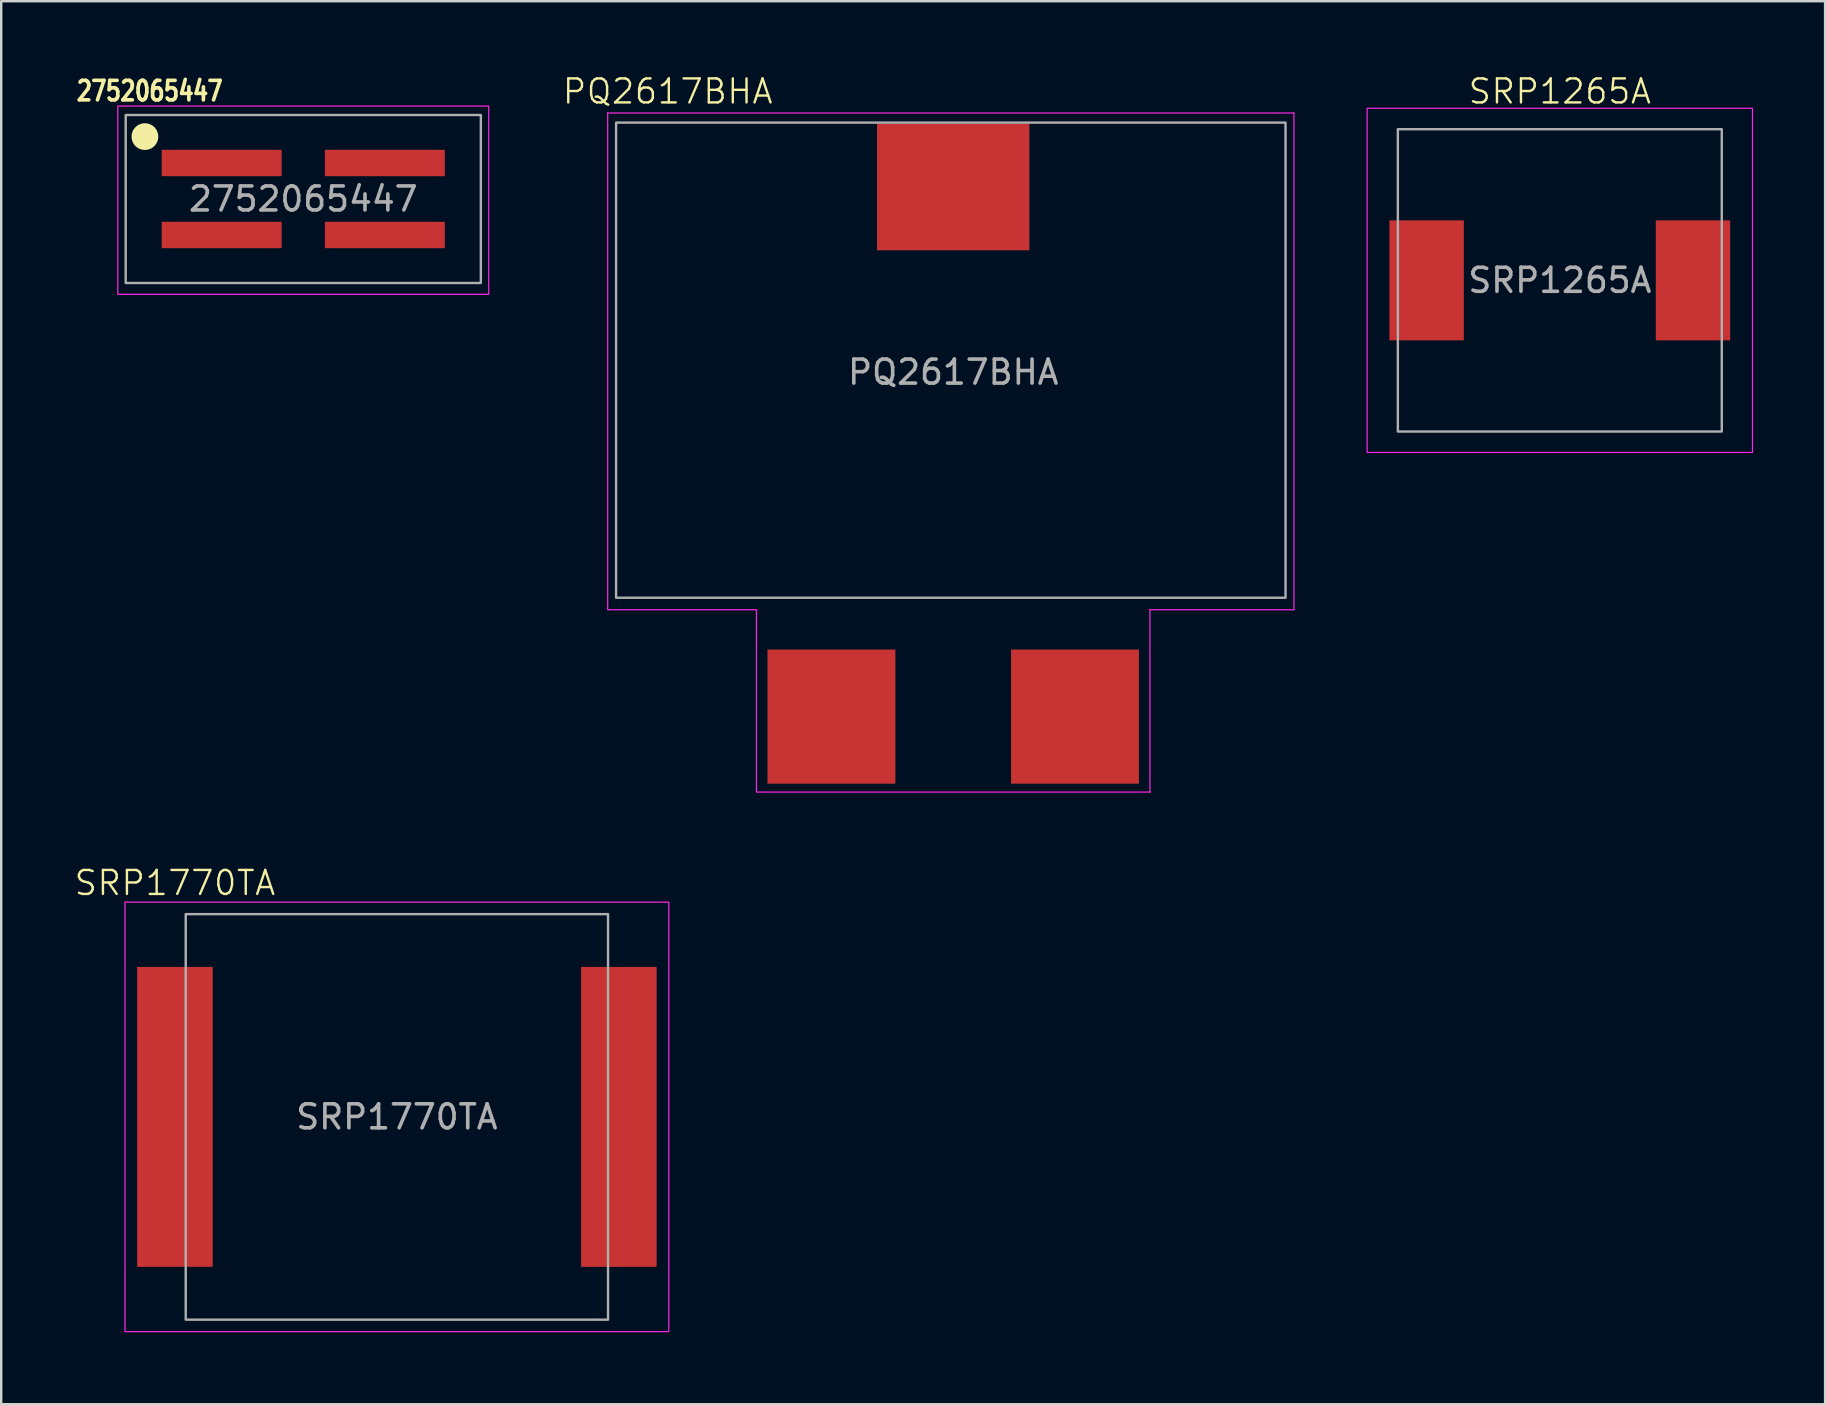
<source format=kicad_pcb>
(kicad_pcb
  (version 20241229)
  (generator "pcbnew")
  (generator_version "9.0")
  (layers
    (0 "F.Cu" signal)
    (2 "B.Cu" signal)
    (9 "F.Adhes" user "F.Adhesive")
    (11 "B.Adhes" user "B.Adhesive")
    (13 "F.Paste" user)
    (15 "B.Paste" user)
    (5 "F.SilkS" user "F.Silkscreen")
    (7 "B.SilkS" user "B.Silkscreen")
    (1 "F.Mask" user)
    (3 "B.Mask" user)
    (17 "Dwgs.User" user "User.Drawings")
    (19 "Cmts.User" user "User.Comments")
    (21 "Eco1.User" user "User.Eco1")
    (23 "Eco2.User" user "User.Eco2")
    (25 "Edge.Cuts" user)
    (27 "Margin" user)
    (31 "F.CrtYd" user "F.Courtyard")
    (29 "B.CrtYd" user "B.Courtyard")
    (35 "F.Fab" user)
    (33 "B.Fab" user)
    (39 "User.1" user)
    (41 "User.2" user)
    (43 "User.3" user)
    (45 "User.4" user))
  (footprint "SRP1770TA"
    (layer "F.Cu")
    (at 13.49 43.496)
    (property "Reference" "SRP1770TA" (at -9.25 -9.75 0) (unlocked yes) (layer "F.SilkS") (effects (font (size 1 1) (thickness 0.1))))
    (attr smd)
    (fp_rect (start -11.332 -8.95) (end 11.332 8.95) (stroke (width 0.05) (type default)) (fill no) (layer "F.CrtYd"))
    (fp_rect (start -8.8 8.45) (end 8.8 -8.45) (stroke (width 0.1) (type default)) (fill no) (layer "F.Fab"))
    (fp_text user "${REFERENCE}" (at 0 0 0) (unlocked yes) (layer "F.Fab") (effects (font (size 1 1) (thickness 0.15))))
    (pad "1" smd rect (at -9.25 0) (size 3.15 12.5) (layers "F.Cu" "F.Mask" "F.Paste"))
    (pad "2" smd rect (at 9.25 0) (size 3.15 12.5) (layers "F.Cu" "F.Mask" "F.Paste")))
  (footprint "2752065447"
    (layer "F.Cu")
    (at 9.589 5.243)
    (property "Reference" "2752065447" (at -6.4 -4.5 0) (unlocked yes) (layer "F.SilkS") (effects (font (size 0.813 0.635) (thickness 0.152))))
    (attr smd)
    (fp_circle (center -6.6 -2.6) (end -6.092 -2.6) (stroke (width 0.1) (type solid)) (fill yes) (layer "F.SilkS"))
    (fp_rect (start -7.73 -3.872) (end 7.73 3.972) (stroke (width 0.05) (type default)) (fill no) (layer "F.CrtYd"))
    (fp_rect (start -7.4 -3.5) (end 7.4 3.5) (stroke (width 0.1) (type default)) (fill no) (layer "F.Fab"))
    (fp_text user "${REFERENCE}" (at 0 0 0) (unlocked yes) (layer "F.Fab") (effects (font (size 1 1) (thickness 0.15))))
    (pad "1" smd rect (at -3.4 -1.5) (size 5 1.1) (layers "F.Cu" "F.Mask" "F.Paste"))
    (pad "2" smd rect (at -3.4 1.5) (size 5 1.1) (layers "F.Cu" "F.Mask" "F.Paste"))
    (pad "3" smd rect (at 3.4 1.5) (size 5 1.1) (layers "F.Cu" "F.Mask" "F.Paste"))
    (pad "4" smd rect (at 3.4 -1.5) (size 5 1.1) (layers "F.Cu" "F.Mask" "F.Paste")))
  (footprint "SRP1265A"
    (layer "F.Cu")
    (at 61.955 8.634)
    (property "Reference" "SRP1265A" (at 0 -7.874 0) (unlocked yes) (layer "F.SilkS") (effects (font (size 1 1) (thickness 0.1))))
    (attr smd)
    (fp_rect (start -8.03 -7.172) (end 8.03 7.172) (stroke (width 0.05) (type default)) (fill no) (layer "F.CrtYd"))
    (fp_rect (start -6.75 6.3) (end 6.75 -6.3) (stroke (width 0.1) (type default)) (fill no) (layer "F.Fab"))
    (fp_text user "${REFERENCE}" (at 0 0 0) (unlocked yes) (layer "F.Fab") (effects (font (size 1 1) (thickness 0.15))))
    (pad "1" smd rect (at -5.55 0) (size 3.1 5) (layers "F.Cu" "F.Mask" "F.Paste"))
    (pad "2" smd rect (at 5.55 0) (size 3.1 5) (layers "F.Cu" "F.Mask" "F.Paste")))
  (footprint "PQ2617BHA"
    (layer "F.Cu")
    (at 36.675 12.46)
    (property "Reference" "PQ2617BHA" (at -11.9 -11.7 0) (unlocked yes) (layer "F.SilkS") (effects (font (size 1 1) (thickness 0.1))))
    (attr smd)
    (fp_line (start -14.4 -10.8) (end 14.2 -10.8) (stroke (width 0.05) (type default)) (layer "F.CrtYd"))
    (fp_line (start -14.4 9.9) (end -14.4 -10.8) (stroke (width 0.05) (type default)) (layer "F.CrtYd"))
    (fp_line (start -14.4 9.9) (end -8.2 9.9) (stroke (width 0.05) (type default)) (layer "F.CrtYd"))
    (fp_line (start -8.2 9.9) (end -8.2 17.5) (stroke (width 0.05) (type default)) (layer "F.CrtYd"))
    (fp_line (start -8.2 17.5) (end 8.2 17.5) (stroke (width 0.05) (type default)) (layer "F.CrtYd"))
    (fp_line (start 8.2 9.9) (end 14.2 9.9) (stroke (width 0.05) (type default)) (layer "F.CrtYd"))
    (fp_line (start 8.2 17.5) (end 8.2 9.9) (stroke (width 0.05) (type default)) (layer "F.CrtYd"))
    (fp_line (start 14.2 -10.8) (end 14.2 9.9) (stroke (width 0.05) (type default)) (layer "F.CrtYd"))
    (fp_rect (start -14.05 9.4) (end 13.85 -10.4) (stroke (width 0.1) (type default)) (fill no) (layer "F.Fab"))
    (fp_text user "${REFERENCE}" (at 0 0 0) (unlocked yes) (layer "F.Fab") (effects (font (size 1 1) (thickness 0.15))))
    (pad "1" smd rect (at -5.075 14.355) (size 5.33 5.59) (layers "F.Cu" "F.Mask" "F.Paste"))
    (pad "2" smd rect (at 5.075 14.355) (size 5.33 5.59) (layers "F.Cu" "F.Mask" "F.Paste"))
    (pad "3" smd rect (at 0 -7.72) (size 6.35 5.28) (layers "F.Cu" "F.Mask" "F.Paste")))
  (gr_rect
    (start -3 -3)
    (end 73.01 55.471)
    (stroke (width 0.1) (type default))
    (fill no)
    (layer "Edge.Cuts")))
</source>
